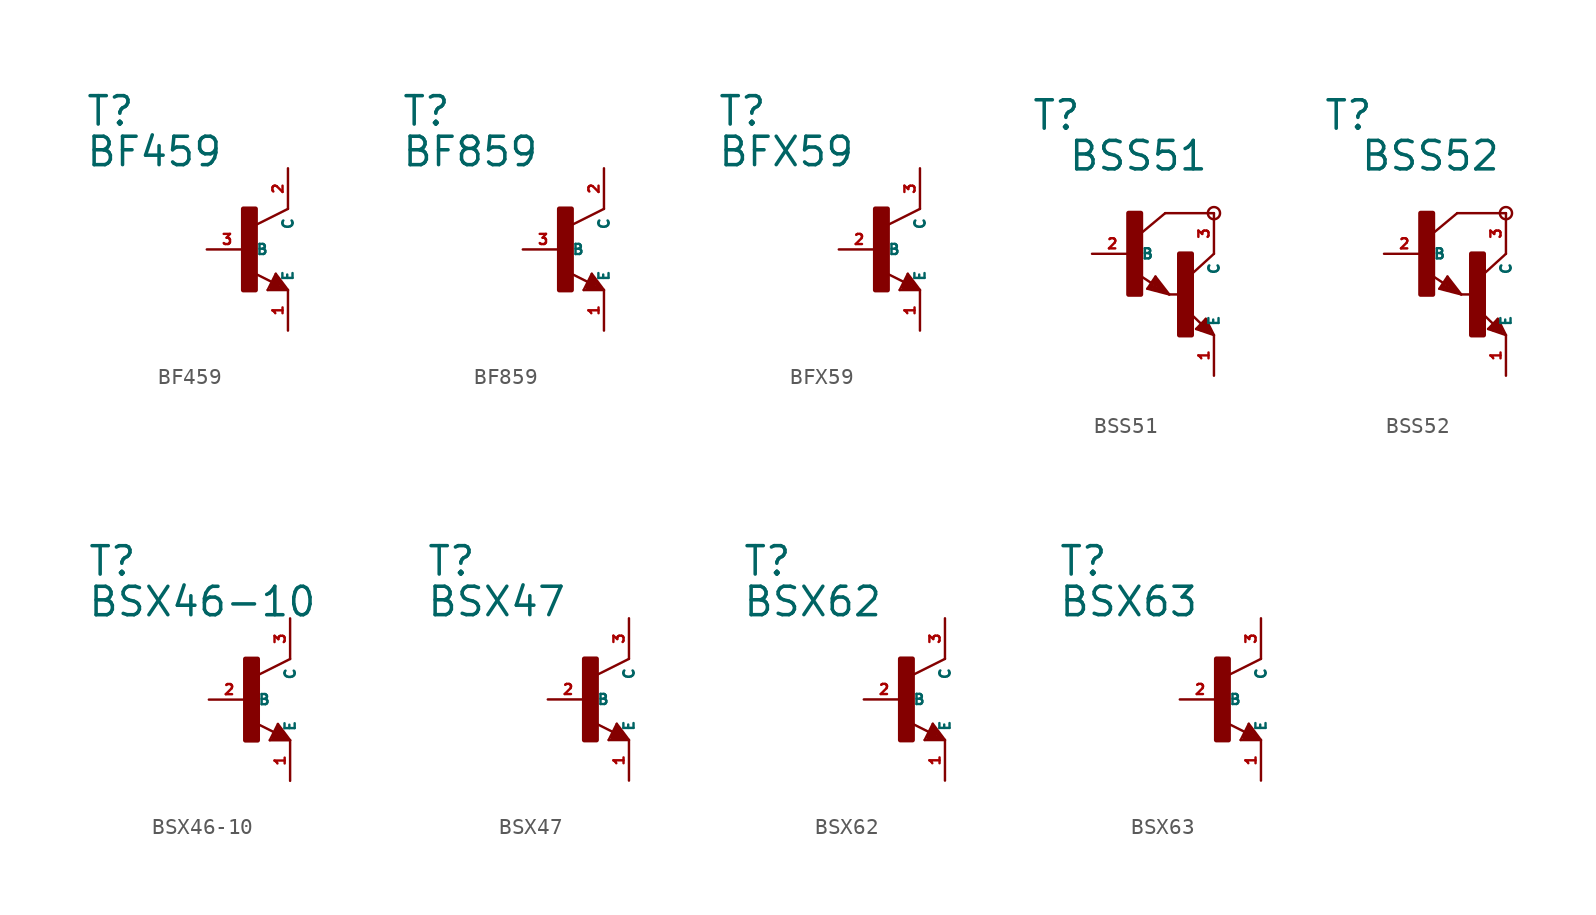
<source format=kicad_sym>
(kicad_symbol_lib
  (version 20220914)
  (generator Eagle2Kicad)
  (symbol "BF459"
    (property "Reference" "T"
      (at -10.16 7.62 0)
      (effects (font (size 1.778 1.778) (thickness 0.22)) (justify left bottom)))
    (property "Value" "BF459"
      (at -10.16 5.08 0)
      (effects (font (size 1.778 1.778) (thickness 0.22)) (justify left bottom)))
    (polyline
      (pts (xy 2.54 2.54) (xy 0.508 1.524))
      (stroke (width 0.152) (type default))
      (fill (type none)))
    (polyline
      (pts (xy 1.778 -1.524) (xy 2.54 -2.54))
      (stroke (width 0.152) (type default))
      (fill (type none)))
    (polyline
      (pts (xy 2.54 -2.54) (xy 1.27 -2.54))
      (stroke (width 0.152) (type default))
      (fill (type none)))
    (polyline
      (pts (xy 1.27 -2.54) (xy 1.778 -1.524))
      (stroke (width 0.152) (type default))
      (fill (type none)))
    (polyline
      (pts (xy 1.54 -2.04) (xy 0.308 -1.424))
      (stroke (width 0.152) (type default))
      (fill (type none)))
    (polyline
      (pts (xy 1.524 -2.413) (xy 2.286 -2.413))
      (stroke (width 0.254) (type default))
      (fill (type none)))
    (polyline
      (pts (xy 2.286 -2.413) (xy 1.778 -1.778))
      (stroke (width 0.254) (type default))
      (fill (type none)))
    (polyline
      (pts (xy 1.778 -1.778) (xy 1.524 -2.286))
      (stroke (width 0.254) (type default))
      (fill (type none)))
    (polyline
      (pts (xy 1.524 -2.286) (xy 1.905 -2.286))
      (stroke (width 0.254) (type default))
      (fill (type none)))
    (polyline
      (pts (xy 1.905 -2.286) (xy 1.778 -2.032))
      (stroke (width 0.254) (type default))
      (fill (type none)))
    (rectangle
      (start -0.254 -2.54)
      (end 0.508 2.54)
      (stroke (width 0.3) (type default))
      (fill (type outline)))
    (pin passive line
      (at -2.54 0 0)
      (length 2.54)
      (name "B" (effects (font (size 0.635 0.635) (thickness 0.08)) (justify left bottom)))
      (number "3" (effects (font (size 0.635 0.635) (thickness 0.08)) (justify left bottom))))
    (pin passive line
      (at 2.54 -5.08 90)
      (length 2.54)
      (name "E" (effects (font (size 0.635 0.635) (thickness 0.08)) (justify left bottom)))
      (number "1" (effects (font (size 0.635 0.635) (thickness 0.08)) (justify left bottom))))
    (pin passive line
      (at 2.54 5.08 270)
      (length 2.54)
      (name "C" (effects (font (size 0.635 0.635) (thickness 0.08)) (justify left bottom)))
      (number "2" (effects (font (size 0.635 0.635) (thickness 0.08)) (justify left bottom)))))
  (symbol "BF859"
    (property "Reference" "T"
      (at -10.16 7.62 0)
      (effects (font (size 1.778 1.778) (thickness 0.22)) (justify left bottom)))
    (property "Value" "BF859"
      (at -10.16 5.08 0)
      (effects (font (size 1.778 1.778) (thickness 0.22)) (justify left bottom)))
    (polyline
      (pts (xy 2.54 2.54) (xy 0.508 1.524))
      (stroke (width 0.152) (type default))
      (fill (type none)))
    (polyline
      (pts (xy 1.778 -1.524) (xy 2.54 -2.54))
      (stroke (width 0.152) (type default))
      (fill (type none)))
    (polyline
      (pts (xy 2.54 -2.54) (xy 1.27 -2.54))
      (stroke (width 0.152) (type default))
      (fill (type none)))
    (polyline
      (pts (xy 1.27 -2.54) (xy 1.778 -1.524))
      (stroke (width 0.152) (type default))
      (fill (type none)))
    (polyline
      (pts (xy 1.54 -2.04) (xy 0.308 -1.424))
      (stroke (width 0.152) (type default))
      (fill (type none)))
    (polyline
      (pts (xy 1.524 -2.413) (xy 2.286 -2.413))
      (stroke (width 0.254) (type default))
      (fill (type none)))
    (polyline
      (pts (xy 2.286 -2.413) (xy 1.778 -1.778))
      (stroke (width 0.254) (type default))
      (fill (type none)))
    (polyline
      (pts (xy 1.778 -1.778) (xy 1.524 -2.286))
      (stroke (width 0.254) (type default))
      (fill (type none)))
    (polyline
      (pts (xy 1.524 -2.286) (xy 1.905 -2.286))
      (stroke (width 0.254) (type default))
      (fill (type none)))
    (polyline
      (pts (xy 1.905 -2.286) (xy 1.778 -2.032))
      (stroke (width 0.254) (type default))
      (fill (type none)))
    (rectangle
      (start -0.254 -2.54)
      (end 0.508 2.54)
      (stroke (width 0.3) (type default))
      (fill (type outline)))
    (pin passive line
      (at -2.54 0 0)
      (length 2.54)
      (name "B" (effects (font (size 0.635 0.635) (thickness 0.08)) (justify left bottom)))
      (number "3" (effects (font (size 0.635 0.635) (thickness 0.08)) (justify left bottom))))
    (pin passive line
      (at 2.54 -5.08 90)
      (length 2.54)
      (name "E" (effects (font (size 0.635 0.635) (thickness 0.08)) (justify left bottom)))
      (number "1" (effects (font (size 0.635 0.635) (thickness 0.08)) (justify left bottom))))
    (pin passive line
      (at 2.54 5.08 270)
      (length 2.54)
      (name "C" (effects (font (size 0.635 0.635) (thickness 0.08)) (justify left bottom)))
      (number "2" (effects (font (size 0.635 0.635) (thickness 0.08)) (justify left bottom)))))
  (symbol "BFX59"
    (property "Reference" "T"
      (at -10.16 7.62 0)
      (effects (font (size 1.778 1.778) (thickness 0.22)) (justify left bottom)))
    (property "Value" "BFX59"
      (at -10.16 5.08 0)
      (effects (font (size 1.778 1.778) (thickness 0.22)) (justify left bottom)))
    (polyline
      (pts (xy 2.54 2.54) (xy 0.508 1.524))
      (stroke (width 0.152) (type default))
      (fill (type none)))
    (polyline
      (pts (xy 1.778 -1.524) (xy 2.54 -2.54))
      (stroke (width 0.152) (type default))
      (fill (type none)))
    (polyline
      (pts (xy 2.54 -2.54) (xy 1.27 -2.54))
      (stroke (width 0.152) (type default))
      (fill (type none)))
    (polyline
      (pts (xy 1.27 -2.54) (xy 1.778 -1.524))
      (stroke (width 0.152) (type default))
      (fill (type none)))
    (polyline
      (pts (xy 1.54 -2.04) (xy 0.308 -1.424))
      (stroke (width 0.152) (type default))
      (fill (type none)))
    (polyline
      (pts (xy 1.524 -2.413) (xy 2.286 -2.413))
      (stroke (width 0.254) (type default))
      (fill (type none)))
    (polyline
      (pts (xy 2.286 -2.413) (xy 1.778 -1.778))
      (stroke (width 0.254) (type default))
      (fill (type none)))
    (polyline
      (pts (xy 1.778 -1.778) (xy 1.524 -2.286))
      (stroke (width 0.254) (type default))
      (fill (type none)))
    (polyline
      (pts (xy 1.524 -2.286) (xy 1.905 -2.286))
      (stroke (width 0.254) (type default))
      (fill (type none)))
    (polyline
      (pts (xy 1.905 -2.286) (xy 1.778 -2.032))
      (stroke (width 0.254) (type default))
      (fill (type none)))
    (rectangle
      (start -0.254 -2.54)
      (end 0.508 2.54)
      (stroke (width 0.3) (type default))
      (fill (type outline)))
    (pin passive line
      (at -2.54 0 0)
      (length 2.54)
      (name "B" (effects (font (size 0.635 0.635) (thickness 0.08)) (justify left bottom)))
      (number "2" (effects (font (size 0.635 0.635) (thickness 0.08)) (justify left bottom))))
    (pin passive line
      (at 2.54 -5.08 90)
      (length 2.54)
      (name "E" (effects (font (size 0.635 0.635) (thickness 0.08)) (justify left bottom)))
      (number "1" (effects (font (size 0.635 0.635) (thickness 0.08)) (justify left bottom))))
    (pin passive line
      (at 2.54 5.08 270)
      (length 2.54)
      (name "C" (effects (font (size 0.635 0.635) (thickness 0.08)) (justify left bottom)))
      (number "3" (effects (font (size 0.635 0.635) (thickness 0.08)) (justify left bottom)))))
  (symbol "BSS51"
    (property "Reference" "T"
      (at -6.35 7.62 0)
      (effects (font (size 1.778 1.778) (thickness 0.22)) (justify left bottom)))
    (property "Value" "BSS51"
      (at -4.064 5.08 0)
      (effects (font (size 1.778 1.778) (thickness 0.22)) (justify left bottom)))
    (polyline
      (pts (xy 5.08 2.54) (xy 2.032 2.54))
      (stroke (width 0.152) (type default))
      (fill (type none)))
    (polyline
      (pts (xy 1.424 -1.424) (xy 2.286 -2.54))
      (stroke (width 0.152) (type default))
      (fill (type none)))
    (polyline
      (pts (xy 2.921 -2.54) (xy 2.286 -2.54))
      (stroke (width 0.152) (type default))
      (fill (type none)))
    (polyline
      (pts (xy 0.916 -2.186) (xy 1.424 -1.424))
      (stroke (width 0.152) (type default))
      (fill (type none)))
    (polyline
      (pts (xy 2.286 -2.54) (xy 0.916 -2.186))
      (stroke (width 0.152) (type default))
      (fill (type none)))
    (polyline
      (pts (xy 2.032 2.54) (xy 0.508 1.27))
      (stroke (width 0.152) (type default))
      (fill (type none)))
    (polyline
      (pts (xy 5.08 0) (xy 3.683 -1.27))
      (stroke (width 0.152) (type default))
      (fill (type none)))
    (polyline
      (pts (xy 5.08 -5.08) (xy 3.964 -4.699))
      (stroke (width 0.152) (type default))
      (fill (type none)))
    (polyline
      (pts (xy 4.572 -4.064) (xy 5.08 -5.08))
      (stroke (width 0.152) (type default))
      (fill (type none)))
    (polyline
      (pts (xy 3.964 -4.699) (xy 4.572 -4.064))
      (stroke (width 0.152) (type default))
      (fill (type none)))
    (polyline
      (pts (xy 1.186 -1.84) (xy 0.208 -1.197))
      (stroke (width 0.152) (type default))
      (fill (type none)))
    (polyline
      (pts (xy 4.28 -4.38) (xy 3.483 -3.61))
      (stroke (width 0.152) (type default))
      (fill (type none)))
    (polyline
      (pts (xy 2.159 -2.413) (xy 1.397 -1.524))
      (stroke (width 0.127) (type default))
      (fill (type none)))
    (polyline
      (pts (xy 1.397 -1.524) (xy 1.016 -2.159))
      (stroke (width 0.127) (type default))
      (fill (type none)))
    (polyline
      (pts (xy 1.016 -2.159) (xy 2.032 -2.413))
      (stroke (width 0.127) (type default))
      (fill (type none)))
    (polyline
      (pts (xy 2.032 -2.413) (xy 1.397 -1.651))
      (stroke (width 0.127) (type default))
      (fill (type none)))
    (polyline
      (pts (xy 1.397 -1.651) (xy 1.143 -2.032))
      (stroke (width 0.127) (type default))
      (fill (type none)))
    (polyline
      (pts (xy 1.143 -2.032) (xy 1.905 -2.286))
      (stroke (width 0.254) (type default))
      (fill (type none)))
    (polyline
      (pts (xy 1.905 -2.286) (xy 1.397 -1.778))
      (stroke (width 0.254) (type default))
      (fill (type none)))
    (polyline
      (pts (xy 1.397 -1.778) (xy 1.397 -1.905))
      (stroke (width 0.254) (type default))
      (fill (type none)))
    (polyline
      (pts (xy 4.953 -4.953) (xy 4.572 -4.191))
      (stroke (width 0.127) (type default))
      (fill (type none)))
    (polyline
      (pts (xy 4.572 -4.191) (xy 4.064 -4.699))
      (stroke (width 0.127) (type default))
      (fill (type none)))
    (polyline
      (pts (xy 4.064 -4.699) (xy 4.826 -4.953))
      (stroke (width 0.127) (type default))
      (fill (type none)))
    (polyline
      (pts (xy 4.826 -4.953) (xy 4.572 -4.318))
      (stroke (width 0.127) (type default))
      (fill (type none)))
    (polyline
      (pts (xy 4.572 -4.318) (xy 4.191 -4.699))
      (stroke (width 0.254) (type default))
      (fill (type none)))
    (polyline
      (pts (xy 4.191 -4.699) (xy 4.699 -4.826))
      (stroke (width 0.254) (type default))
      (fill (type none)))
    (polyline
      (pts (xy 4.699 -4.826) (xy 4.572 -4.572))
      (stroke (width 0.254) (type default))
      (fill (type none)))
    (polyline
      (pts (xy 4.572 -4.572) (xy 4.445 -4.572))
      (stroke (width 0.254) (type default))
      (fill (type none)))
    (circle
      (center 5.08 2.54)
      (radius 0.381)
      (stroke (width 0) (type default))
      (fill (type none)))
    (rectangle
      (start -0.254 -2.54)
      (end 0.508 2.54)
      (stroke (width 0.3) (type default))
      (fill (type outline)))
    (rectangle
      (start 2.921 -5.08)
      (end 3.683 0)
      (stroke (width 0.3) (type default))
      (fill (type outline)))
    (pin passive line
      (at -2.54 0 0)
      (length 2.54)
      (name "B" (effects (font (size 0.635 0.635) (thickness 0.08)) (justify left bottom)))
      (number "2" (effects (font (size 0.635 0.635) (thickness 0.08)) (justify left bottom))))
    (pin passive line
      (at 5.08 -7.62 90)
      (length 2.54)
      (name "E" (effects (font (size 0.635 0.635) (thickness 0.08)) (justify left bottom)))
      (number "1" (effects (font (size 0.635 0.635) (thickness 0.08)) (justify left bottom))))
    (pin passive line
      (at 5.08 2.54 270)
      (length 2.54)
      (name "C" (effects (font (size 0.635 0.635) (thickness 0.08)) (justify left bottom)))
      (number "3" (effects (font (size 0.635 0.635) (thickness 0.08)) (justify left bottom)))))
  (symbol "BSS52"
    (property "Reference" "T"
      (at -6.35 7.62 0)
      (effects (font (size 1.778 1.778) (thickness 0.22)) (justify left bottom)))
    (property "Value" "BSS52"
      (at -4.064 5.08 0)
      (effects (font (size 1.778 1.778) (thickness 0.22)) (justify left bottom)))
    (polyline
      (pts (xy 5.08 2.54) (xy 2.032 2.54))
      (stroke (width 0.152) (type default))
      (fill (type none)))
    (polyline
      (pts (xy 1.424 -1.424) (xy 2.286 -2.54))
      (stroke (width 0.152) (type default))
      (fill (type none)))
    (polyline
      (pts (xy 2.921 -2.54) (xy 2.286 -2.54))
      (stroke (width 0.152) (type default))
      (fill (type none)))
    (polyline
      (pts (xy 0.916 -2.186) (xy 1.424 -1.424))
      (stroke (width 0.152) (type default))
      (fill (type none)))
    (polyline
      (pts (xy 2.286 -2.54) (xy 0.916 -2.186))
      (stroke (width 0.152) (type default))
      (fill (type none)))
    (polyline
      (pts (xy 2.032 2.54) (xy 0.508 1.27))
      (stroke (width 0.152) (type default))
      (fill (type none)))
    (polyline
      (pts (xy 5.08 0) (xy 3.683 -1.27))
      (stroke (width 0.152) (type default))
      (fill (type none)))
    (polyline
      (pts (xy 5.08 -5.08) (xy 3.964 -4.699))
      (stroke (width 0.152) (type default))
      (fill (type none)))
    (polyline
      (pts (xy 4.572 -4.064) (xy 5.08 -5.08))
      (stroke (width 0.152) (type default))
      (fill (type none)))
    (polyline
      (pts (xy 3.964 -4.699) (xy 4.572 -4.064))
      (stroke (width 0.152) (type default))
      (fill (type none)))
    (polyline
      (pts (xy 1.186 -1.84) (xy 0.208 -1.197))
      (stroke (width 0.152) (type default))
      (fill (type none)))
    (polyline
      (pts (xy 4.28 -4.38) (xy 3.483 -3.61))
      (stroke (width 0.152) (type default))
      (fill (type none)))
    (polyline
      (pts (xy 2.159 -2.413) (xy 1.397 -1.524))
      (stroke (width 0.127) (type default))
      (fill (type none)))
    (polyline
      (pts (xy 1.397 -1.524) (xy 1.016 -2.159))
      (stroke (width 0.127) (type default))
      (fill (type none)))
    (polyline
      (pts (xy 1.016 -2.159) (xy 2.032 -2.413))
      (stroke (width 0.127) (type default))
      (fill (type none)))
    (polyline
      (pts (xy 2.032 -2.413) (xy 1.397 -1.651))
      (stroke (width 0.127) (type default))
      (fill (type none)))
    (polyline
      (pts (xy 1.397 -1.651) (xy 1.143 -2.032))
      (stroke (width 0.127) (type default))
      (fill (type none)))
    (polyline
      (pts (xy 1.143 -2.032) (xy 1.905 -2.286))
      (stroke (width 0.254) (type default))
      (fill (type none)))
    (polyline
      (pts (xy 1.905 -2.286) (xy 1.397 -1.778))
      (stroke (width 0.254) (type default))
      (fill (type none)))
    (polyline
      (pts (xy 1.397 -1.778) (xy 1.397 -1.905))
      (stroke (width 0.254) (type default))
      (fill (type none)))
    (polyline
      (pts (xy 4.953 -4.953) (xy 4.572 -4.191))
      (stroke (width 0.127) (type default))
      (fill (type none)))
    (polyline
      (pts (xy 4.572 -4.191) (xy 4.064 -4.699))
      (stroke (width 0.127) (type default))
      (fill (type none)))
    (polyline
      (pts (xy 4.064 -4.699) (xy 4.826 -4.953))
      (stroke (width 0.127) (type default))
      (fill (type none)))
    (polyline
      (pts (xy 4.826 -4.953) (xy 4.572 -4.318))
      (stroke (width 0.127) (type default))
      (fill (type none)))
    (polyline
      (pts (xy 4.572 -4.318) (xy 4.191 -4.699))
      (stroke (width 0.254) (type default))
      (fill (type none)))
    (polyline
      (pts (xy 4.191 -4.699) (xy 4.699 -4.826))
      (stroke (width 0.254) (type default))
      (fill (type none)))
    (polyline
      (pts (xy 4.699 -4.826) (xy 4.572 -4.572))
      (stroke (width 0.254) (type default))
      (fill (type none)))
    (polyline
      (pts (xy 4.572 -4.572) (xy 4.445 -4.572))
      (stroke (width 0.254) (type default))
      (fill (type none)))
    (circle
      (center 5.08 2.54)
      (radius 0.381)
      (stroke (width 0) (type default))
      (fill (type none)))
    (rectangle
      (start -0.254 -2.54)
      (end 0.508 2.54)
      (stroke (width 0.3) (type default))
      (fill (type outline)))
    (rectangle
      (start 2.921 -5.08)
      (end 3.683 0)
      (stroke (width 0.3) (type default))
      (fill (type outline)))
    (pin passive line
      (at -2.54 0 0)
      (length 2.54)
      (name "B" (effects (font (size 0.635 0.635) (thickness 0.08)) (justify left bottom)))
      (number "2" (effects (font (size 0.635 0.635) (thickness 0.08)) (justify left bottom))))
    (pin passive line
      (at 5.08 -7.62 90)
      (length 2.54)
      (name "E" (effects (font (size 0.635 0.635) (thickness 0.08)) (justify left bottom)))
      (number "1" (effects (font (size 0.635 0.635) (thickness 0.08)) (justify left bottom))))
    (pin passive line
      (at 5.08 2.54 270)
      (length 2.54)
      (name "C" (effects (font (size 0.635 0.635) (thickness 0.08)) (justify left bottom)))
      (number "3" (effects (font (size 0.635 0.635) (thickness 0.08)) (justify left bottom)))))
  (symbol "BSX46-10"
    (property "Reference" "T"
      (at -10.16 7.62 0)
      (effects (font (size 1.778 1.778) (thickness 0.22)) (justify left bottom)))
    (property "Value" "BSX46-10"
      (at -10.16 5.08 0)
      (effects (font (size 1.778 1.778) (thickness 0.22)) (justify left bottom)))
    (polyline
      (pts (xy 2.54 2.54) (xy 0.508 1.524))
      (stroke (width 0.152) (type default))
      (fill (type none)))
    (polyline
      (pts (xy 1.778 -1.524) (xy 2.54 -2.54))
      (stroke (width 0.152) (type default))
      (fill (type none)))
    (polyline
      (pts (xy 2.54 -2.54) (xy 1.27 -2.54))
      (stroke (width 0.152) (type default))
      (fill (type none)))
    (polyline
      (pts (xy 1.27 -2.54) (xy 1.778 -1.524))
      (stroke (width 0.152) (type default))
      (fill (type none)))
    (polyline
      (pts (xy 1.54 -2.04) (xy 0.308 -1.424))
      (stroke (width 0.152) (type default))
      (fill (type none)))
    (polyline
      (pts (xy 1.524 -2.413) (xy 2.286 -2.413))
      (stroke (width 0.254) (type default))
      (fill (type none)))
    (polyline
      (pts (xy 2.286 -2.413) (xy 1.778 -1.778))
      (stroke (width 0.254) (type default))
      (fill (type none)))
    (polyline
      (pts (xy 1.778 -1.778) (xy 1.524 -2.286))
      (stroke (width 0.254) (type default))
      (fill (type none)))
    (polyline
      (pts (xy 1.524 -2.286) (xy 1.905 -2.286))
      (stroke (width 0.254) (type default))
      (fill (type none)))
    (polyline
      (pts (xy 1.905 -2.286) (xy 1.778 -2.032))
      (stroke (width 0.254) (type default))
      (fill (type none)))
    (rectangle
      (start -0.254 -2.54)
      (end 0.508 2.54)
      (stroke (width 0.3) (type default))
      (fill (type outline)))
    (pin passive line
      (at -2.54 0 0)
      (length 2.54)
      (name "B" (effects (font (size 0.635 0.635) (thickness 0.08)) (justify left bottom)))
      (number "2" (effects (font (size 0.635 0.635) (thickness 0.08)) (justify left bottom))))
    (pin passive line
      (at 2.54 -5.08 90)
      (length 2.54)
      (name "E" (effects (font (size 0.635 0.635) (thickness 0.08)) (justify left bottom)))
      (number "1" (effects (font (size 0.635 0.635) (thickness 0.08)) (justify left bottom))))
    (pin passive line
      (at 2.54 5.08 270)
      (length 2.54)
      (name "C" (effects (font (size 0.635 0.635) (thickness 0.08)) (justify left bottom)))
      (number "3" (effects (font (size 0.635 0.635) (thickness 0.08)) (justify left bottom)))))
  (symbol "BSX47"
    (property "Reference" "T"
      (at -10.16 7.62 0)
      (effects (font (size 1.778 1.778) (thickness 0.22)) (justify left bottom)))
    (property "Value" "BSX47"
      (at -10.16 5.08 0)
      (effects (font (size 1.778 1.778) (thickness 0.22)) (justify left bottom)))
    (polyline
      (pts (xy 2.54 2.54) (xy 0.508 1.524))
      (stroke (width 0.152) (type default))
      (fill (type none)))
    (polyline
      (pts (xy 1.778 -1.524) (xy 2.54 -2.54))
      (stroke (width 0.152) (type default))
      (fill (type none)))
    (polyline
      (pts (xy 2.54 -2.54) (xy 1.27 -2.54))
      (stroke (width 0.152) (type default))
      (fill (type none)))
    (polyline
      (pts (xy 1.27 -2.54) (xy 1.778 -1.524))
      (stroke (width 0.152) (type default))
      (fill (type none)))
    (polyline
      (pts (xy 1.54 -2.04) (xy 0.308 -1.424))
      (stroke (width 0.152) (type default))
      (fill (type none)))
    (polyline
      (pts (xy 1.524 -2.413) (xy 2.286 -2.413))
      (stroke (width 0.254) (type default))
      (fill (type none)))
    (polyline
      (pts (xy 2.286 -2.413) (xy 1.778 -1.778))
      (stroke (width 0.254) (type default))
      (fill (type none)))
    (polyline
      (pts (xy 1.778 -1.778) (xy 1.524 -2.286))
      (stroke (width 0.254) (type default))
      (fill (type none)))
    (polyline
      (pts (xy 1.524 -2.286) (xy 1.905 -2.286))
      (stroke (width 0.254) (type default))
      (fill (type none)))
    (polyline
      (pts (xy 1.905 -2.286) (xy 1.778 -2.032))
      (stroke (width 0.254) (type default))
      (fill (type none)))
    (rectangle
      (start -0.254 -2.54)
      (end 0.508 2.54)
      (stroke (width 0.3) (type default))
      (fill (type outline)))
    (pin passive line
      (at -2.54 0 0)
      (length 2.54)
      (name "B" (effects (font (size 0.635 0.635) (thickness 0.08)) (justify left bottom)))
      (number "2" (effects (font (size 0.635 0.635) (thickness 0.08)) (justify left bottom))))
    (pin passive line
      (at 2.54 -5.08 90)
      (length 2.54)
      (name "E" (effects (font (size 0.635 0.635) (thickness 0.08)) (justify left bottom)))
      (number "1" (effects (font (size 0.635 0.635) (thickness 0.08)) (justify left bottom))))
    (pin passive line
      (at 2.54 5.08 270)
      (length 2.54)
      (name "C" (effects (font (size 0.635 0.635) (thickness 0.08)) (justify left bottom)))
      (number "3" (effects (font (size 0.635 0.635) (thickness 0.08)) (justify left bottom)))))
  (symbol "BSX62"
    (property "Reference" "T"
      (at -10.16 7.62 0)
      (effects (font (size 1.778 1.778) (thickness 0.22)) (justify left bottom)))
    (property "Value" "BSX62"
      (at -10.16 5.08 0)
      (effects (font (size 1.778 1.778) (thickness 0.22)) (justify left bottom)))
    (polyline
      (pts (xy 2.54 2.54) (xy 0.508 1.524))
      (stroke (width 0.152) (type default))
      (fill (type none)))
    (polyline
      (pts (xy 1.778 -1.524) (xy 2.54 -2.54))
      (stroke (width 0.152) (type default))
      (fill (type none)))
    (polyline
      (pts (xy 2.54 -2.54) (xy 1.27 -2.54))
      (stroke (width 0.152) (type default))
      (fill (type none)))
    (polyline
      (pts (xy 1.27 -2.54) (xy 1.778 -1.524))
      (stroke (width 0.152) (type default))
      (fill (type none)))
    (polyline
      (pts (xy 1.54 -2.04) (xy 0.308 -1.424))
      (stroke (width 0.152) (type default))
      (fill (type none)))
    (polyline
      (pts (xy 1.524 -2.413) (xy 2.286 -2.413))
      (stroke (width 0.254) (type default))
      (fill (type none)))
    (polyline
      (pts (xy 2.286 -2.413) (xy 1.778 -1.778))
      (stroke (width 0.254) (type default))
      (fill (type none)))
    (polyline
      (pts (xy 1.778 -1.778) (xy 1.524 -2.286))
      (stroke (width 0.254) (type default))
      (fill (type none)))
    (polyline
      (pts (xy 1.524 -2.286) (xy 1.905 -2.286))
      (stroke (width 0.254) (type default))
      (fill (type none)))
    (polyline
      (pts (xy 1.905 -2.286) (xy 1.778 -2.032))
      (stroke (width 0.254) (type default))
      (fill (type none)))
    (rectangle
      (start -0.254 -2.54)
      (end 0.508 2.54)
      (stroke (width 0.3) (type default))
      (fill (type outline)))
    (pin passive line
      (at -2.54 0 0)
      (length 2.54)
      (name "B" (effects (font (size 0.635 0.635) (thickness 0.08)) (justify left bottom)))
      (number "2" (effects (font (size 0.635 0.635) (thickness 0.08)) (justify left bottom))))
    (pin passive line
      (at 2.54 -5.08 90)
      (length 2.54)
      (name "E" (effects (font (size 0.635 0.635) (thickness 0.08)) (justify left bottom)))
      (number "1" (effects (font (size 0.635 0.635) (thickness 0.08)) (justify left bottom))))
    (pin passive line
      (at 2.54 5.08 270)
      (length 2.54)
      (name "C" (effects (font (size 0.635 0.635) (thickness 0.08)) (justify left bottom)))
      (number "3" (effects (font (size 0.635 0.635) (thickness 0.08)) (justify left bottom)))))
  (symbol "BSX63"
    (property "Reference" "T"
      (at -10.16 7.62 0)
      (effects (font (size 1.778 1.778) (thickness 0.22)) (justify left bottom)))
    (property "Value" "BSX63"
      (at -10.16 5.08 0)
      (effects (font (size 1.778 1.778) (thickness 0.22)) (justify left bottom)))
    (polyline
      (pts (xy 2.54 2.54) (xy 0.508 1.524))
      (stroke (width 0.152) (type default))
      (fill (type none)))
    (polyline
      (pts (xy 1.778 -1.524) (xy 2.54 -2.54))
      (stroke (width 0.152) (type default))
      (fill (type none)))
    (polyline
      (pts (xy 2.54 -2.54) (xy 1.27 -2.54))
      (stroke (width 0.152) (type default))
      (fill (type none)))
    (polyline
      (pts (xy 1.27 -2.54) (xy 1.778 -1.524))
      (stroke (width 0.152) (type default))
      (fill (type none)))
    (polyline
      (pts (xy 1.54 -2.04) (xy 0.308 -1.424))
      (stroke (width 0.152) (type default))
      (fill (type none)))
    (polyline
      (pts (xy 1.524 -2.413) (xy 2.286 -2.413))
      (stroke (width 0.254) (type default))
      (fill (type none)))
    (polyline
      (pts (xy 2.286 -2.413) (xy 1.778 -1.778))
      (stroke (width 0.254) (type default))
      (fill (type none)))
    (polyline
      (pts (xy 1.778 -1.778) (xy 1.524 -2.286))
      (stroke (width 0.254) (type default))
      (fill (type none)))
    (polyline
      (pts (xy 1.524 -2.286) (xy 1.905 -2.286))
      (stroke (width 0.254) (type default))
      (fill (type none)))
    (polyline
      (pts (xy 1.905 -2.286) (xy 1.778 -2.032))
      (stroke (width 0.254) (type default))
      (fill (type none)))
    (rectangle
      (start -0.254 -2.54)
      (end 0.508 2.54)
      (stroke (width 0.3) (type default))
      (fill (type outline)))
    (pin passive line
      (at -2.54 0 0)
      (length 2.54)
      (name "B" (effects (font (size 0.635 0.635) (thickness 0.08)) (justify left bottom)))
      (number "2" (effects (font (size 0.635 0.635) (thickness 0.08)) (justify left bottom))))
    (pin passive line
      (at 2.54 -5.08 90)
      (length 2.54)
      (name "E" (effects (font (size 0.635 0.635) (thickness 0.08)) (justify left bottom)))
      (number "1" (effects (font (size 0.635 0.635) (thickness 0.08)) (justify left bottom))))
    (pin passive line
      (at 2.54 5.08 270)
      (length 2.54)
      (name "C" (effects (font (size 0.635 0.635) (thickness 0.08)) (justify left bottom)))
      (number "3" (effects (font (size 0.635 0.635) (thickness 0.08)) (justify left bottom))))))
</source>
